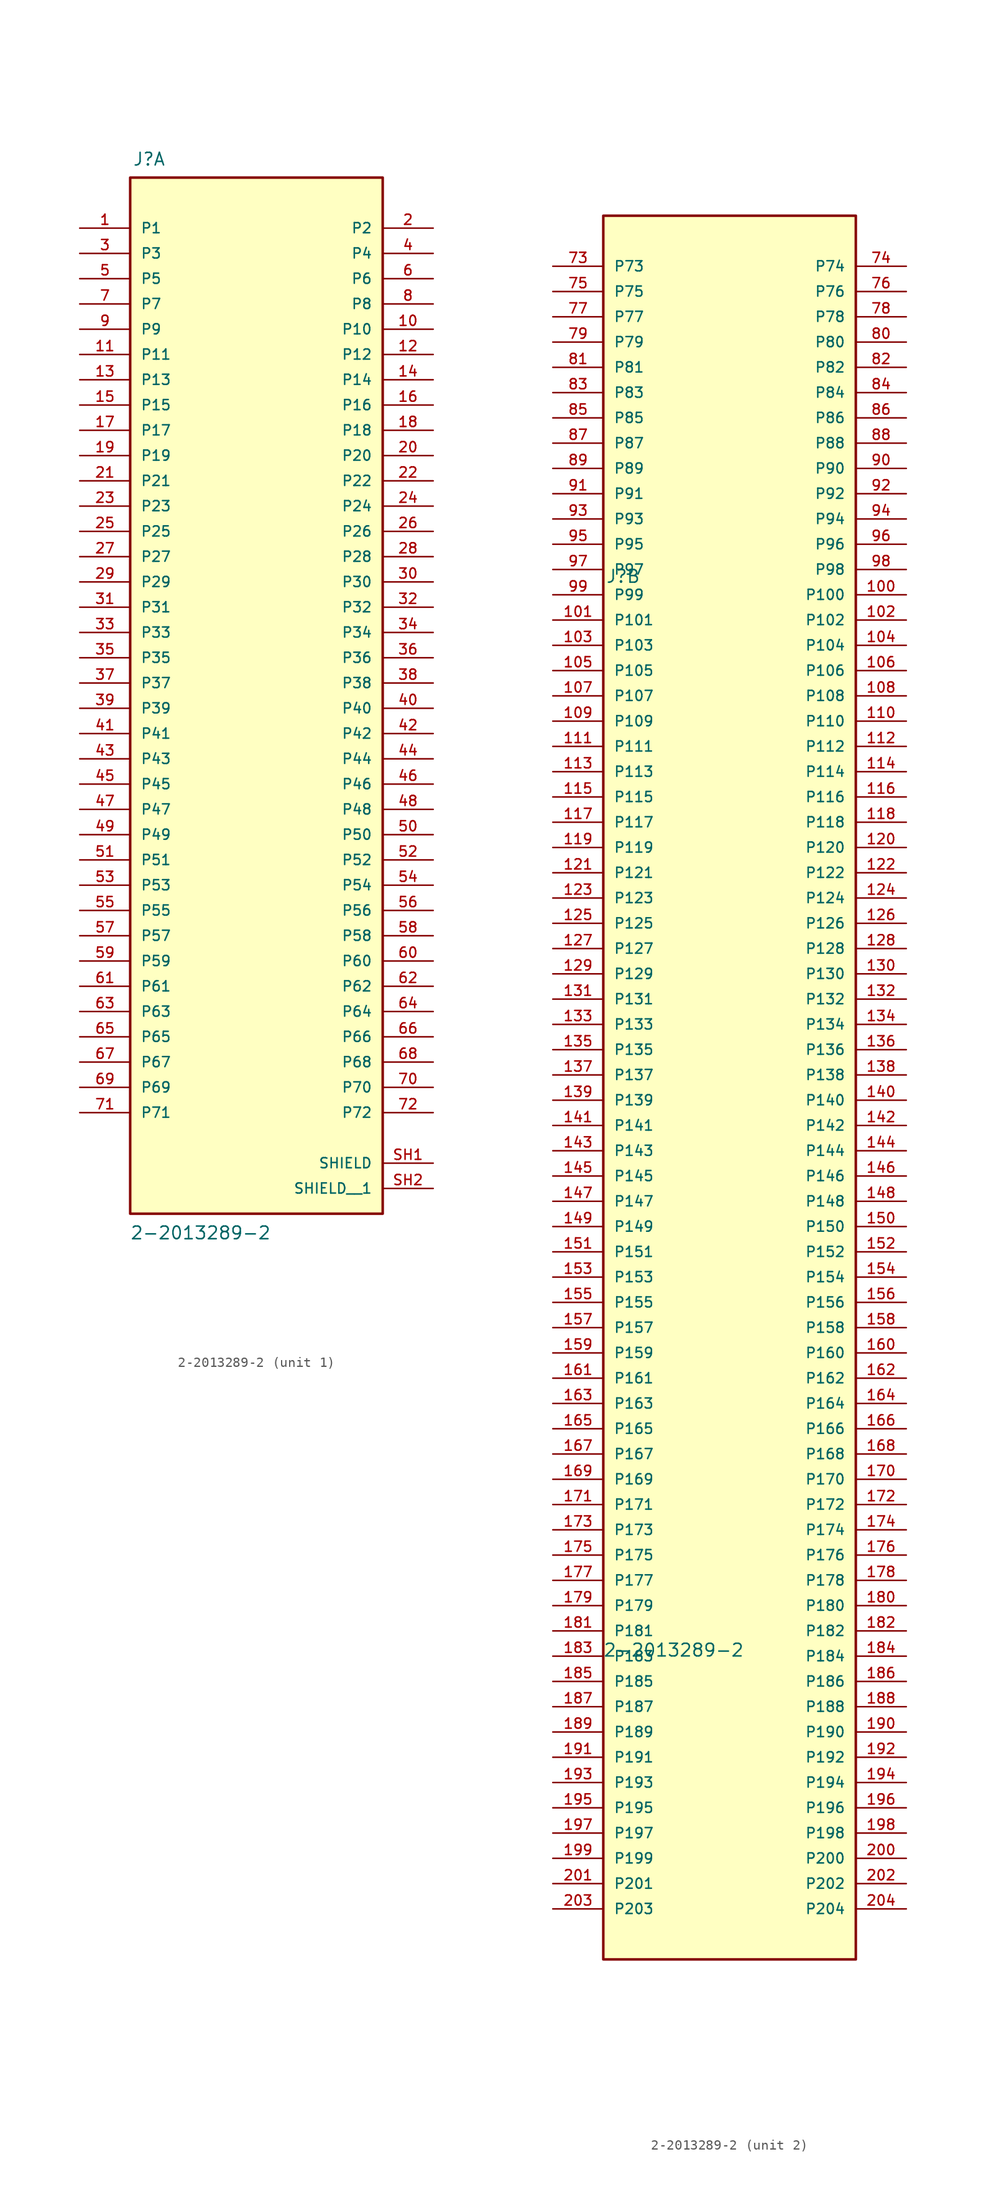
<source format=kicad_sym>
(kicad_symbol_lib
  (version 20211014)
  (generator kicad_symbol_editor)
  (symbol "2-2013289-2"
    (pin_names
      (offset 1.016))
    (property "Reference" "J"
      (at -12.468 51.906 0)
      (effects (font (size 1.27 1.27)) (justify bottom left)))
    (property "Value" "2-2013289-2"
      (at -12.732 -56.015 0)
      (effects (font (size 1.27 1.27)) (justify bottom left)))
    (symbol "2-2013289-2_1_0"
      (rectangle (start -12.7 -53.34) (end 12.7 50.8) (stroke (width 0.254)) (fill (type background)))
      (pin passive line (at -17.78 45.72 0) (length 5.08) (name "P1" (effects (font (size 1.016 1.016)))) (number "1" (effects (font (size 1.016 1.016)))))
      (pin passive line (at 17.78 45.72 180.0) (length 5.08) (name "P2" (effects (font (size 1.016 1.016)))) (number "2" (effects (font (size 1.016 1.016)))))
      (pin passive line (at -17.78 43.18 0) (length 5.08) (name "P3" (effects (font (size 1.016 1.016)))) (number "3" (effects (font (size 1.016 1.016)))))
      (pin passive line (at 17.78 43.18 180.0) (length 5.08) (name "P4" (effects (font (size 1.016 1.016)))) (number "4" (effects (font (size 1.016 1.016)))))
      (pin passive line (at -17.78 40.64 0) (length 5.08) (name "P5" (effects (font (size 1.016 1.016)))) (number "5" (effects (font (size 1.016 1.016)))))
      (pin passive line (at 17.78 40.64 180.0) (length 5.08) (name "P6" (effects (font (size 1.016 1.016)))) (number "6" (effects (font (size 1.016 1.016)))))
      (pin passive line (at -17.78 38.1 0) (length 5.08) (name "P7" (effects (font (size 1.016 1.016)))) (number "7" (effects (font (size 1.016 1.016)))))
      (pin passive line (at 17.78 38.1 180.0) (length 5.08) (name "P8" (effects (font (size 1.016 1.016)))) (number "8" (effects (font (size 1.016 1.016)))))
      (pin passive line (at -17.78 35.56 0) (length 5.08) (name "P9" (effects (font (size 1.016 1.016)))) (number "9" (effects (font (size 1.016 1.016)))))
      (pin passive line (at 17.78 35.56 180.0) (length 5.08) (name "P10" (effects (font (size 1.016 1.016)))) (number "10" (effects (font (size 1.016 1.016)))))
      (pin passive line (at -17.78 33.02 0) (length 5.08) (name "P11" (effects (font (size 1.016 1.016)))) (number "11" (effects (font (size 1.016 1.016)))))
      (pin passive line (at 17.78 33.02 180.0) (length 5.08) (name "P12" (effects (font (size 1.016 1.016)))) (number "12" (effects (font (size 1.016 1.016)))))
      (pin passive line (at -17.78 30.48 0) (length 5.08) (name "P13" (effects (font (size 1.016 1.016)))) (number "13" (effects (font (size 1.016 1.016)))))
      (pin passive line (at 17.78 30.48 180.0) (length 5.08) (name "P14" (effects (font (size 1.016 1.016)))) (number "14" (effects (font (size 1.016 1.016)))))
      (pin passive line (at -17.78 27.94 0) (length 5.08) (name "P15" (effects (font (size 1.016 1.016)))) (number "15" (effects (font (size 1.016 1.016)))))
      (pin passive line (at 17.78 27.94 180.0) (length 5.08) (name "P16" (effects (font (size 1.016 1.016)))) (number "16" (effects (font (size 1.016 1.016)))))
      (pin passive line (at -17.78 25.4 0) (length 5.08) (name "P17" (effects (font (size 1.016 1.016)))) (number "17" (effects (font (size 1.016 1.016)))))
      (pin passive line (at 17.78 25.4 180.0) (length 5.08) (name "P18" (effects (font (size 1.016 1.016)))) (number "18" (effects (font (size 1.016 1.016)))))
      (pin passive line (at -17.78 22.86 0) (length 5.08) (name "P19" (effects (font (size 1.016 1.016)))) (number "19" (effects (font (size 1.016 1.016)))))
      (pin passive line (at 17.78 22.86 180.0) (length 5.08) (name "P20" (effects (font (size 1.016 1.016)))) (number "20" (effects (font (size 1.016 1.016)))))
      (pin passive line (at -17.78 20.32 0) (length 5.08) (name "P21" (effects (font (size 1.016 1.016)))) (number "21" (effects (font (size 1.016 1.016)))))
      (pin passive line (at 17.78 20.32 180.0) (length 5.08) (name "P22" (effects (font (size 1.016 1.016)))) (number "22" (effects (font (size 1.016 1.016)))))
      (pin passive line (at -17.78 17.78 0) (length 5.08) (name "P23" (effects (font (size 1.016 1.016)))) (number "23" (effects (font (size 1.016 1.016)))))
      (pin passive line (at 17.78 17.78 180.0) (length 5.08) (name "P24" (effects (font (size 1.016 1.016)))) (number "24" (effects (font (size 1.016 1.016)))))
      (pin passive line (at -17.78 15.24 0) (length 5.08) (name "P25" (effects (font (size 1.016 1.016)))) (number "25" (effects (font (size 1.016 1.016)))))
      (pin passive line (at 17.78 15.24 180.0) (length 5.08) (name "P26" (effects (font (size 1.016 1.016)))) (number "26" (effects (font (size 1.016 1.016)))))
      (pin passive line (at -17.78 12.7 0) (length 5.08) (name "P27" (effects (font (size 1.016 1.016)))) (number "27" (effects (font (size 1.016 1.016)))))
      (pin passive line (at 17.78 12.7 180.0) (length 5.08) (name "P28" (effects (font (size 1.016 1.016)))) (number "28" (effects (font (size 1.016 1.016)))))
      (pin passive line (at -17.78 10.16 0) (length 5.08) (name "P29" (effects (font (size 1.016 1.016)))) (number "29" (effects (font (size 1.016 1.016)))))
      (pin passive line (at 17.78 10.16 180.0) (length 5.08) (name "P30" (effects (font (size 1.016 1.016)))) (number "30" (effects (font (size 1.016 1.016)))))
      (pin passive line (at -17.78 7.62 0) (length 5.08) (name "P31" (effects (font (size 1.016 1.016)))) (number "31" (effects (font (size 1.016 1.016)))))
      (pin passive line (at 17.78 7.62 180.0) (length 5.08) (name "P32" (effects (font (size 1.016 1.016)))) (number "32" (effects (font (size 1.016 1.016)))))
      (pin passive line (at -17.78 5.08 0) (length 5.08) (name "P33" (effects (font (size 1.016 1.016)))) (number "33" (effects (font (size 1.016 1.016)))))
      (pin passive line (at 17.78 5.08 180.0) (length 5.08) (name "P34" (effects (font (size 1.016 1.016)))) (number "34" (effects (font (size 1.016 1.016)))))
      (pin passive line (at -17.78 2.54 0) (length 5.08) (name "P35" (effects (font (size 1.016 1.016)))) (number "35" (effects (font (size 1.016 1.016)))))
      (pin passive line (at 17.78 2.54 180.0) (length 5.08) (name "P36" (effects (font (size 1.016 1.016)))) (number "36" (effects (font (size 1.016 1.016)))))
      (pin passive line (at -17.78 0.0 0) (length 5.08) (name "P37" (effects (font (size 1.016 1.016)))) (number "37" (effects (font (size 1.016 1.016)))))
      (pin passive line (at 17.78 0.0 180.0) (length 5.08) (name "P38" (effects (font (size 1.016 1.016)))) (number "38" (effects (font (size 1.016 1.016)))))
      (pin passive line (at -17.78 -2.54 0) (length 5.08) (name "P39" (effects (font (size 1.016 1.016)))) (number "39" (effects (font (size 1.016 1.016)))))
      (pin passive line (at 17.78 -2.54 180.0) (length 5.08) (name "P40" (effects (font (size 1.016 1.016)))) (number "40" (effects (font (size 1.016 1.016)))))
      (pin passive line (at -17.78 -5.08 0) (length 5.08) (name "P41" (effects (font (size 1.016 1.016)))) (number "41" (effects (font (size 1.016 1.016)))))
      (pin passive line (at 17.78 -5.08 180.0) (length 5.08) (name "P42" (effects (font (size 1.016 1.016)))) (number "42" (effects (font (size 1.016 1.016)))))
      (pin passive line (at -17.78 -7.62 0) (length 5.08) (name "P43" (effects (font (size 1.016 1.016)))) (number "43" (effects (font (size 1.016 1.016)))))
      (pin passive line (at 17.78 -7.62 180.0) (length 5.08) (name "P44" (effects (font (size 1.016 1.016)))) (number "44" (effects (font (size 1.016 1.016)))))
      (pin passive line (at -17.78 -10.16 0) (length 5.08) (name "P45" (effects (font (size 1.016 1.016)))) (number "45" (effects (font (size 1.016 1.016)))))
      (pin passive line (at 17.78 -10.16 180.0) (length 5.08) (name "P46" (effects (font (size 1.016 1.016)))) (number "46" (effects (font (size 1.016 1.016)))))
      (pin passive line (at -17.78 -12.7 0) (length 5.08) (name "P47" (effects (font (size 1.016 1.016)))) (number "47" (effects (font (size 1.016 1.016)))))
      (pin passive line (at 17.78 -12.7 180.0) (length 5.08) (name "P48" (effects (font (size 1.016 1.016)))) (number "48" (effects (font (size 1.016 1.016)))))
      (pin passive line (at -17.78 -15.24 0) (length 5.08) (name "P49" (effects (font (size 1.016 1.016)))) (number "49" (effects (font (size 1.016 1.016)))))
      (pin passive line (at 17.78 -15.24 180.0) (length 5.08) (name "P50" (effects (font (size 1.016 1.016)))) (number "50" (effects (font (size 1.016 1.016)))))
      (pin passive line (at -17.78 -17.78 0) (length 5.08) (name "P51" (effects (font (size 1.016 1.016)))) (number "51" (effects (font (size 1.016 1.016)))))
      (pin passive line (at 17.78 -17.78 180.0) (length 5.08) (name "P52" (effects (font (size 1.016 1.016)))) (number "52" (effects (font (size 1.016 1.016)))))
      (pin passive line (at -17.78 -20.32 0) (length 5.08) (name "P53" (effects (font (size 1.016 1.016)))) (number "53" (effects (font (size 1.016 1.016)))))
      (pin passive line (at 17.78 -20.32 180.0) (length 5.08) (name "P54" (effects (font (size 1.016 1.016)))) (number "54" (effects (font (size 1.016 1.016)))))
      (pin passive line (at -17.78 -22.86 0) (length 5.08) (name "P55" (effects (font (size 1.016 1.016)))) (number "55" (effects (font (size 1.016 1.016)))))
      (pin passive line (at 17.78 -22.86 180.0) (length 5.08) (name "P56" (effects (font (size 1.016 1.016)))) (number "56" (effects (font (size 1.016 1.016)))))
      (pin passive line (at -17.78 -25.4 0) (length 5.08) (name "P57" (effects (font (size 1.016 1.016)))) (number "57" (effects (font (size 1.016 1.016)))))
      (pin passive line (at 17.78 -25.4 180.0) (length 5.08) (name "P58" (effects (font (size 1.016 1.016)))) (number "58" (effects (font (size 1.016 1.016)))))
      (pin passive line (at -17.78 -27.94 0) (length 5.08) (name "P59" (effects (font (size 1.016 1.016)))) (number "59" (effects (font (size 1.016 1.016)))))
      (pin passive line (at 17.78 -27.94 180.0) (length 5.08) (name "P60" (effects (font (size 1.016 1.016)))) (number "60" (effects (font (size 1.016 1.016)))))
      (pin passive line (at -17.78 -30.48 0) (length 5.08) (name "P61" (effects (font (size 1.016 1.016)))) (number "61" (effects (font (size 1.016 1.016)))))
      (pin passive line (at 17.78 -30.48 180.0) (length 5.08) (name "P62" (effects (font (size 1.016 1.016)))) (number "62" (effects (font (size 1.016 1.016)))))
      (pin passive line (at -17.78 -33.02 0) (length 5.08) (name "P63" (effects (font (size 1.016 1.016)))) (number "63" (effects (font (size 1.016 1.016)))))
      (pin passive line (at 17.78 -33.02 180.0) (length 5.08) (name "P64" (effects (font (size 1.016 1.016)))) (number "64" (effects (font (size 1.016 1.016)))))
      (pin passive line (at -17.78 -35.56 0) (length 5.08) (name "P65" (effects (font (size 1.016 1.016)))) (number "65" (effects (font (size 1.016 1.016)))))
      (pin passive line (at 17.78 -35.56 180.0) (length 5.08) (name "P66" (effects (font (size 1.016 1.016)))) (number "66" (effects (font (size 1.016 1.016)))))
      (pin passive line (at -17.78 -38.1 0) (length 5.08) (name "P67" (effects (font (size 1.016 1.016)))) (number "67" (effects (font (size 1.016 1.016)))))
      (pin passive line (at 17.78 -38.1 180.0) (length 5.08) (name "P68" (effects (font (size 1.016 1.016)))) (number "68" (effects (font (size 1.016 1.016)))))
      (pin passive line (at -17.78 -40.64 0) (length 5.08) (name "P69" (effects (font (size 1.016 1.016)))) (number "69" (effects (font (size 1.016 1.016)))))
      (pin passive line (at 17.78 -40.64 180.0) (length 5.08) (name "P70" (effects (font (size 1.016 1.016)))) (number "70" (effects (font (size 1.016 1.016)))))
      (pin passive line (at -17.78 -43.18 0) (length 5.08) (name "P71" (effects (font (size 1.016 1.016)))) (number "71" (effects (font (size 1.016 1.016)))))
      (pin passive line (at 17.78 -43.18 180.0) (length 5.08) (name "P72" (effects (font (size 1.016 1.016)))) (number "72" (effects (font (size 1.016 1.016)))))
      (pin passive line (at 17.78 -48.26 180.0) (length 5.08) (name "SHIELD" (effects (font (size 1.016 1.016)))) (number "SH1" (effects (font (size 1.016 1.016)))))
      (pin passive line (at 17.78 -50.8 180.0) (length 5.08) (name "SHIELD__1" (effects (font (size 1.016 1.016)))) (number "SH2" (effects (font (size 1.016 1.016))))))
    (symbol "2-2013289-2_2_0"
      (rectangle (start -12.7 -86.36) (end 12.7 88.9) (stroke (width 0.254)) (fill (type background)))
      (pin passive line (at -17.78 83.82 0) (length 5.08) (name "P73" (effects (font (size 1.016 1.016)))) (number "73" (effects (font (size 1.016 1.016)))))
      (pin passive line (at -17.78 81.28 0) (length 5.08) (name "P75" (effects (font (size 1.016 1.016)))) (number "75" (effects (font (size 1.016 1.016)))))
      (pin passive line (at -17.78 78.74 0) (length 5.08) (name "P77" (effects (font (size 1.016 1.016)))) (number "77" (effects (font (size 1.016 1.016)))))
      (pin passive line (at -17.78 76.2 0) (length 5.08) (name "P79" (effects (font (size 1.016 1.016)))) (number "79" (effects (font (size 1.016 1.016)))))
      (pin passive line (at -17.78 73.66 0) (length 5.08) (name "P81" (effects (font (size 1.016 1.016)))) (number "81" (effects (font (size 1.016 1.016)))))
      (pin passive line (at -17.78 71.12 0) (length 5.08) (name "P83" (effects (font (size 1.016 1.016)))) (number "83" (effects (font (size 1.016 1.016)))))
      (pin passive line (at -17.78 68.58 0) (length 5.08) (name "P85" (effects (font (size 1.016 1.016)))) (number "85" (effects (font (size 1.016 1.016)))))
      (pin passive line (at -17.78 66.04 0) (length 5.08) (name "P87" (effects (font (size 1.016 1.016)))) (number "87" (effects (font (size 1.016 1.016)))))
      (pin passive line (at -17.78 63.5 0) (length 5.08) (name "P89" (effects (font (size 1.016 1.016)))) (number "89" (effects (font (size 1.016 1.016)))))
      (pin passive line (at -17.78 60.96 0) (length 5.08) (name "P91" (effects (font (size 1.016 1.016)))) (number "91" (effects (font (size 1.016 1.016)))))
      (pin passive line (at -17.78 58.42 0) (length 5.08) (name "P93" (effects (font (size 1.016 1.016)))) (number "93" (effects (font (size 1.016 1.016)))))
      (pin passive line (at -17.78 55.88 0) (length 5.08) (name "P95" (effects (font (size 1.016 1.016)))) (number "95" (effects (font (size 1.016 1.016)))))
      (pin passive line (at -17.78 53.34 0) (length 5.08) (name "P97" (effects (font (size 1.016 1.016)))) (number "97" (effects (font (size 1.016 1.016)))))
      (pin passive line (at -17.78 50.8 0) (length 5.08) (name "P99" (effects (font (size 1.016 1.016)))) (number "99" (effects (font (size 1.016 1.016)))))
      (pin passive line (at -17.78 48.26 0) (length 5.08) (name "P101" (effects (font (size 1.016 1.016)))) (number "101" (effects (font (size 1.016 1.016)))))
      (pin passive line (at -17.78 45.72 0) (length 5.08) (name "P103" (effects (font (size 1.016 1.016)))) (number "103" (effects (font (size 1.016 1.016)))))
      (pin passive line (at -17.78 43.18 0) (length 5.08) (name "P105" (effects (font (size 1.016 1.016)))) (number "105" (effects (font (size 1.016 1.016)))))
      (pin passive line (at -17.78 40.64 0) (length 5.08) (name "P107" (effects (font (size 1.016 1.016)))) (number "107" (effects (font (size 1.016 1.016)))))
      (pin passive line (at -17.78 38.1 0) (length 5.08) (name "P109" (effects (font (size 1.016 1.016)))) (number "109" (effects (font (size 1.016 1.016)))))
      (pin passive line (at -17.78 35.56 0) (length 5.08) (name "P111" (effects (font (size 1.016 1.016)))) (number "111" (effects (font (size 1.016 1.016)))))
      (pin passive line (at -17.78 33.02 0) (length 5.08) (name "P113" (effects (font (size 1.016 1.016)))) (number "113" (effects (font (size 1.016 1.016)))))
      (pin passive line (at -17.78 30.48 0) (length 5.08) (name "P115" (effects (font (size 1.016 1.016)))) (number "115" (effects (font (size 1.016 1.016)))))
      (pin passive line (at -17.78 27.94 0) (length 5.08) (name "P117" (effects (font (size 1.016 1.016)))) (number "117" (effects (font (size 1.016 1.016)))))
      (pin passive line (at -17.78 25.4 0) (length 5.08) (name "P119" (effects (font (size 1.016 1.016)))) (number "119" (effects (font (size 1.016 1.016)))))
      (pin passive line (at -17.78 22.86 0) (length 5.08) (name "P121" (effects (font (size 1.016 1.016)))) (number "121" (effects (font (size 1.016 1.016)))))
      (pin passive line (at -17.78 20.32 0) (length 5.08) (name "P123" (effects (font (size 1.016 1.016)))) (number "123" (effects (font (size 1.016 1.016)))))
      (pin passive line (at -17.78 17.78 0) (length 5.08) (name "P125" (effects (font (size 1.016 1.016)))) (number "125" (effects (font (size 1.016 1.016)))))
      (pin passive line (at -17.78 15.24 0) (length 5.08) (name "P127" (effects (font (size 1.016 1.016)))) (number "127" (effects (font (size 1.016 1.016)))))
      (pin passive line (at -17.78 12.7 0) (length 5.08) (name "P129" (effects (font (size 1.016 1.016)))) (number "129" (effects (font (size 1.016 1.016)))))
      (pin passive line (at -17.78 10.16 0) (length 5.08) (name "P131" (effects (font (size 1.016 1.016)))) (number "131" (effects (font (size 1.016 1.016)))))
      (pin passive line (at -17.78 7.62 0) (length 5.08) (name "P133" (effects (font (size 1.016 1.016)))) (number "133" (effects (font (size 1.016 1.016)))))
      (pin passive line (at -17.78 5.08 0) (length 5.08) (name "P135" (effects (font (size 1.016 1.016)))) (number "135" (effects (font (size 1.016 1.016)))))
      (pin passive line (at -17.78 2.54 0) (length 5.08) (name "P137" (effects (font (size 1.016 1.016)))) (number "137" (effects (font (size 1.016 1.016)))))
      (pin passive line (at -17.78 0.0 0) (length 5.08) (name "P139" (effects (font (size 1.016 1.016)))) (number "139" (effects (font (size 1.016 1.016)))))
      (pin passive line (at -17.78 -2.54 0) (length 5.08) (name "P141" (effects (font (size 1.016 1.016)))) (number "141" (effects (font (size 1.016 1.016)))))
      (pin passive line (at -17.78 -5.08 0) (length 5.08) (name "P143" (effects (font (size 1.016 1.016)))) (number "143" (effects (font (size 1.016 1.016)))))
      (pin passive line (at -17.78 -7.62 0) (length 5.08) (name "P145" (effects (font (size 1.016 1.016)))) (number "145" (effects (font (size 1.016 1.016)))))
      (pin passive line (at -17.78 -10.16 0) (length 5.08) (name "P147" (effects (font (size 1.016 1.016)))) (number "147" (effects (font (size 1.016 1.016)))))
      (pin passive line (at -17.78 -12.7 0) (length 5.08) (name "P149" (effects (font (size 1.016 1.016)))) (number "149" (effects (font (size 1.016 1.016)))))
      (pin passive line (at -17.78 -15.24 0) (length 5.08) (name "P151" (effects (font (size 1.016 1.016)))) (number "151" (effects (font (size 1.016 1.016)))))
      (pin passive line (at -17.78 -17.78 0) (length 5.08) (name "P153" (effects (font (size 1.016 1.016)))) (number "153" (effects (font (size 1.016 1.016)))))
      (pin passive line (at -17.78 -20.32 0) (length 5.08) (name "P155" (effects (font (size 1.016 1.016)))) (number "155" (effects (font (size 1.016 1.016)))))
      (pin passive line (at -17.78 -22.86 0) (length 5.08) (name "P157" (effects (font (size 1.016 1.016)))) (number "157" (effects (font (size 1.016 1.016)))))
      (pin passive line (at -17.78 -25.4 0) (length 5.08) (name "P159" (effects (font (size 1.016 1.016)))) (number "159" (effects (font (size 1.016 1.016)))))
      (pin passive line (at -17.78 -27.94 0) (length 5.08) (name "P161" (effects (font (size 1.016 1.016)))) (number "161" (effects (font (size 1.016 1.016)))))
      (pin passive line (at -17.78 -30.48 0) (length 5.08) (name "P163" (effects (font (size 1.016 1.016)))) (number "163" (effects (font (size 1.016 1.016)))))
      (pin passive line (at -17.78 -33.02 0) (length 5.08) (name "P165" (effects (font (size 1.016 1.016)))) (number "165" (effects (font (size 1.016 1.016)))))
      (pin passive line (at -17.78 -35.56 0) (length 5.08) (name "P167" (effects (font (size 1.016 1.016)))) (number "167" (effects (font (size 1.016 1.016)))))
      (pin passive line (at -17.78 -38.1 0) (length 5.08) (name "P169" (effects (font (size 1.016 1.016)))) (number "169" (effects (font (size 1.016 1.016)))))
      (pin passive line (at -17.78 -40.64 0) (length 5.08) (name "P171" (effects (font (size 1.016 1.016)))) (number "171" (effects (font (size 1.016 1.016)))))
      (pin passive line (at -17.78 -43.18 0) (length 5.08) (name "P173" (effects (font (size 1.016 1.016)))) (number "173" (effects (font (size 1.016 1.016)))))
      (pin passive line (at -17.78 -45.72 0) (length 5.08) (name "P175" (effects (font (size 1.016 1.016)))) (number "175" (effects (font (size 1.016 1.016)))))
      (pin passive line (at -17.78 -48.26 0) (length 5.08) (name "P177" (effects (font (size 1.016 1.016)))) (number "177" (effects (font (size 1.016 1.016)))))
      (pin passive line (at -17.78 -50.8 0) (length 5.08) (name "P179" (effects (font (size 1.016 1.016)))) (number "179" (effects (font (size 1.016 1.016)))))
      (pin passive line (at -17.78 -53.34 0) (length 5.08) (name "P181" (effects (font (size 1.016 1.016)))) (number "181" (effects (font (size 1.016 1.016)))))
      (pin passive line (at -17.78 -55.88 0) (length 5.08) (name "P183" (effects (font (size 1.016 1.016)))) (number "183" (effects (font (size 1.016 1.016)))))
      (pin passive line (at -17.78 -58.42 0) (length 5.08) (name "P185" (effects (font (size 1.016 1.016)))) (number "185" (effects (font (size 1.016 1.016)))))
      (pin passive line (at -17.78 -60.96 0) (length 5.08) (name "P187" (effects (font (size 1.016 1.016)))) (number "187" (effects (font (size 1.016 1.016)))))
      (pin passive line (at -17.78 -63.5 0) (length 5.08) (name "P189" (effects (font (size 1.016 1.016)))) (number "189" (effects (font (size 1.016 1.016)))))
      (pin passive line (at -17.78 -66.04 0) (length 5.08) (name "P191" (effects (font (size 1.016 1.016)))) (number "191" (effects (font (size 1.016 1.016)))))
      (pin passive line (at -17.78 -68.58 0) (length 5.08) (name "P193" (effects (font (size 1.016 1.016)))) (number "193" (effects (font (size 1.016 1.016)))))
      (pin passive line (at -17.78 -71.12 0) (length 5.08) (name "P195" (effects (font (size 1.016 1.016)))) (number "195" (effects (font (size 1.016 1.016)))))
      (pin passive line (at -17.78 -73.66 0) (length 5.08) (name "P197" (effects (font (size 1.016 1.016)))) (number "197" (effects (font (size 1.016 1.016)))))
      (pin passive line (at -17.78 -76.2 0) (length 5.08) (name "P199" (effects (font (size 1.016 1.016)))) (number "199" (effects (font (size 1.016 1.016)))))
      (pin passive line (at -17.78 -78.74 0) (length 5.08) (name "P201" (effects (font (size 1.016 1.016)))) (number "201" (effects (font (size 1.016 1.016)))))
      (pin passive line (at -17.78 -81.28 0) (length 5.08) (name "P203" (effects (font (size 1.016 1.016)))) (number "203" (effects (font (size 1.016 1.016)))))
      (pin passive line (at 17.78 -81.28 180.0) (length 5.08) (name "P204" (effects (font (size 1.016 1.016)))) (number "204" (effects (font (size 1.016 1.016)))))
      (pin passive line (at 17.78 -78.74 180.0) (length 5.08) (name "P202" (effects (font (size 1.016 1.016)))) (number "202" (effects (font (size 1.016 1.016)))))
      (pin passive line (at 17.78 -76.2 180.0) (length 5.08) (name "P200" (effects (font (size 1.016 1.016)))) (number "200" (effects (font (size 1.016 1.016)))))
      (pin passive line (at 17.78 -73.66 180.0) (length 5.08) (name "P198" (effects (font (size 1.016 1.016)))) (number "198" (effects (font (size 1.016 1.016)))))
      (pin passive line (at 17.78 -71.12 180.0) (length 5.08) (name "P196" (effects (font (size 1.016 1.016)))) (number "196" (effects (font (size 1.016 1.016)))))
      (pin passive line (at 17.78 -68.58 180.0) (length 5.08) (name "P194" (effects (font (size 1.016 1.016)))) (number "194" (effects (font (size 1.016 1.016)))))
      (pin passive line (at 17.78 -66.04 180.0) (length 5.08) (name "P192" (effects (font (size 1.016 1.016)))) (number "192" (effects (font (size 1.016 1.016)))))
      (pin passive line (at 17.78 -63.5 180.0) (length 5.08) (name "P190" (effects (font (size 1.016 1.016)))) (number "190" (effects (font (size 1.016 1.016)))))
      (pin passive line (at 17.78 -60.96 180.0) (length 5.08) (name "P188" (effects (font (size 1.016 1.016)))) (number "188" (effects (font (size 1.016 1.016)))))
      (pin passive line (at 17.78 -58.42 180.0) (length 5.08) (name "P186" (effects (font (size 1.016 1.016)))) (number "186" (effects (font (size 1.016 1.016)))))
      (pin passive line (at 17.78 -55.88 180.0) (length 5.08) (name "P184" (effects (font (size 1.016 1.016)))) (number "184" (effects (font (size 1.016 1.016)))))
      (pin passive line (at 17.78 -53.34 180.0) (length 5.08) (name "P182" (effects (font (size 1.016 1.016)))) (number "182" (effects (font (size 1.016 1.016)))))
      (pin passive line (at 17.78 -50.8 180.0) (length 5.08) (name "P180" (effects (font (size 1.016 1.016)))) (number "180" (effects (font (size 1.016 1.016)))))
      (pin passive line (at 17.78 -48.26 180.0) (length 5.08) (name "P178" (effects (font (size 1.016 1.016)))) (number "178" (effects (font (size 1.016 1.016)))))
      (pin passive line (at 17.78 -45.72 180.0) (length 5.08) (name "P176" (effects (font (size 1.016 1.016)))) (number "176" (effects (font (size 1.016 1.016)))))
      (pin passive line (at 17.78 -43.18 180.0) (length 5.08) (name "P174" (effects (font (size 1.016 1.016)))) (number "174" (effects (font (size 1.016 1.016)))))
      (pin passive line (at 17.78 -40.64 180.0) (length 5.08) (name "P172" (effects (font (size 1.016 1.016)))) (number "172" (effects (font (size 1.016 1.016)))))
      (pin passive line (at 17.78 -38.1 180.0) (length 5.08) (name "P170" (effects (font (size 1.016 1.016)))) (number "170" (effects (font (size 1.016 1.016)))))
      (pin passive line (at 17.78 -35.56 180.0) (length 5.08) (name "P168" (effects (font (size 1.016 1.016)))) (number "168" (effects (font (size 1.016 1.016)))))
      (pin passive line (at 17.78 -33.02 180.0) (length 5.08) (name "P166" (effects (font (size 1.016 1.016)))) (number "166" (effects (font (size 1.016 1.016)))))
      (pin passive line (at 17.78 -30.48 180.0) (length 5.08) (name "P164" (effects (font (size 1.016 1.016)))) (number "164" (effects (font (size 1.016 1.016)))))
      (pin passive line (at 17.78 -27.94 180.0) (length 5.08) (name "P162" (effects (font (size 1.016 1.016)))) (number "162" (effects (font (size 1.016 1.016)))))
      (pin passive line (at 17.78 -25.4 180.0) (length 5.08) (name "P160" (effects (font (size 1.016 1.016)))) (number "160" (effects (font (size 1.016 1.016)))))
      (pin passive line (at 17.78 -22.86 180.0) (length 5.08) (name "P158" (effects (font (size 1.016 1.016)))) (number "158" (effects (font (size 1.016 1.016)))))
      (pin passive line (at 17.78 -20.32 180.0) (length 5.08) (name "P156" (effects (font (size 1.016 1.016)))) (number "156" (effects (font (size 1.016 1.016)))))
      (pin passive line (at 17.78 -17.78 180.0) (length 5.08) (name "P154" (effects (font (size 1.016 1.016)))) (number "154" (effects (font (size 1.016 1.016)))))
      (pin passive line (at 17.78 -15.24 180.0) (length 5.08) (name "P152" (effects (font (size 1.016 1.016)))) (number "152" (effects (font (size 1.016 1.016)))))
      (pin passive line (at 17.78 -12.7 180.0) (length 5.08) (name "P150" (effects (font (size 1.016 1.016)))) (number "150" (effects (font (size 1.016 1.016)))))
      (pin passive line (at 17.78 -10.16 180.0) (length 5.08) (name "P148" (effects (font (size 1.016 1.016)))) (number "148" (effects (font (size 1.016 1.016)))))
      (pin passive line (at 17.78 -7.62 180.0) (length 5.08) (name "P146" (effects (font (size 1.016 1.016)))) (number "146" (effects (font (size 1.016 1.016)))))
      (pin passive line (at 17.78 -5.08 180.0) (length 5.08) (name "P144" (effects (font (size 1.016 1.016)))) (number "144" (effects (font (size 1.016 1.016)))))
      (pin passive line (at 17.78 -2.54 180.0) (length 5.08) (name "P142" (effects (font (size 1.016 1.016)))) (number "142" (effects (font (size 1.016 1.016)))))
      (pin passive line (at 17.78 0.0 180.0) (length 5.08) (name "P140" (effects (font (size 1.016 1.016)))) (number "140" (effects (font (size 1.016 1.016)))))
      (pin passive line (at 17.78 2.54 180.0) (length 5.08) (name "P138" (effects (font (size 1.016 1.016)))) (number "138" (effects (font (size 1.016 1.016)))))
      (pin passive line (at 17.78 5.08 180.0) (length 5.08) (name "P136" (effects (font (size 1.016 1.016)))) (number "136" (effects (font (size 1.016 1.016)))))
      (pin passive line (at 17.78 7.62 180.0) (length 5.08) (name "P134" (effects (font (size 1.016 1.016)))) (number "134" (effects (font (size 1.016 1.016)))))
      (pin passive line (at 17.78 10.16 180.0) (length 5.08) (name "P132" (effects (font (size 1.016 1.016)))) (number "132" (effects (font (size 1.016 1.016)))))
      (pin passive line (at 17.78 12.7 180.0) (length 5.08) (name "P130" (effects (font (size 1.016 1.016)))) (number "130" (effects (font (size 1.016 1.016)))))
      (pin passive line (at 17.78 15.24 180.0) (length 5.08) (name "P128" (effects (font (size 1.016 1.016)))) (number "128" (effects (font (size 1.016 1.016)))))
      (pin passive line (at 17.78 17.78 180.0) (length 5.08) (name "P126" (effects (font (size 1.016 1.016)))) (number "126" (effects (font (size 1.016 1.016)))))
      (pin passive line (at 17.78 20.32 180.0) (length 5.08) (name "P124" (effects (font (size 1.016 1.016)))) (number "124" (effects (font (size 1.016 1.016)))))
      (pin passive line (at 17.78 22.86 180.0) (length 5.08) (name "P122" (effects (font (size 1.016 1.016)))) (number "122" (effects (font (size 1.016 1.016)))))
      (pin passive line (at 17.78 25.4 180.0) (length 5.08) (name "P120" (effects (font (size 1.016 1.016)))) (number "120" (effects (font (size 1.016 1.016)))))
      (pin passive line (at 17.78 27.94 180.0) (length 5.08) (name "P118" (effects (font (size 1.016 1.016)))) (number "118" (effects (font (size 1.016 1.016)))))
      (pin passive line (at 17.78 30.48 180.0) (length 5.08) (name "P116" (effects (font (size 1.016 1.016)))) (number "116" (effects (font (size 1.016 1.016)))))
      (pin passive line (at 17.78 33.02 180.0) (length 5.08) (name "P114" (effects (font (size 1.016 1.016)))) (number "114" (effects (font (size 1.016 1.016)))))
      (pin passive line (at 17.78 35.56 180.0) (length 5.08) (name "P112" (effects (font (size 1.016 1.016)))) (number "112" (effects (font (size 1.016 1.016)))))
      (pin passive line (at 17.78 38.1 180.0) (length 5.08) (name "P110" (effects (font (size 1.016 1.016)))) (number "110" (effects (font (size 1.016 1.016)))))
      (pin passive line (at 17.78 40.64 180.0) (length 5.08) (name "P108" (effects (font (size 1.016 1.016)))) (number "108" (effects (font (size 1.016 1.016)))))
      (pin passive line (at 17.78 43.18 180.0) (length 5.08) (name "P106" (effects (font (size 1.016 1.016)))) (number "106" (effects (font (size 1.016 1.016)))))
      (pin passive line (at 17.78 45.72 180.0) (length 5.08) (name "P104" (effects (font (size 1.016 1.016)))) (number "104" (effects (font (size 1.016 1.016)))))
      (pin passive line (at 17.78 48.26 180.0) (length 5.08) (name "P102" (effects (font (size 1.016 1.016)))) (number "102" (effects (font (size 1.016 1.016)))))
      (pin passive line (at 17.78 50.8 180.0) (length 5.08) (name "P100" (effects (font (size 1.016 1.016)))) (number "100" (effects (font (size 1.016 1.016)))))
      (pin passive line (at 17.78 53.34 180.0) (length 5.08) (name "P98" (effects (font (size 1.016 1.016)))) (number "98" (effects (font (size 1.016 1.016)))))
      (pin passive line (at 17.78 55.88 180.0) (length 5.08) (name "P96" (effects (font (size 1.016 1.016)))) (number "96" (effects (font (size 1.016 1.016)))))
      (pin passive line (at 17.78 58.42 180.0) (length 5.08) (name "P94" (effects (font (size 1.016 1.016)))) (number "94" (effects (font (size 1.016 1.016)))))
      (pin passive line (at 17.78 60.96 180.0) (length 5.08) (name "P92" (effects (font (size 1.016 1.016)))) (number "92" (effects (font (size 1.016 1.016)))))
      (pin passive line (at 17.78 63.5 180.0) (length 5.08) (name "P90" (effects (font (size 1.016 1.016)))) (number "90" (effects (font (size 1.016 1.016)))))
      (pin passive line (at 17.78 66.04 180.0) (length 5.08) (name "P88" (effects (font (size 1.016 1.016)))) (number "88" (effects (font (size 1.016 1.016)))))
      (pin passive line (at 17.78 68.58 180.0) (length 5.08) (name "P86" (effects (font (size 1.016 1.016)))) (number "86" (effects (font (size 1.016 1.016)))))
      (pin passive line (at 17.78 71.12 180.0) (length 5.08) (name "P84" (effects (font (size 1.016 1.016)))) (number "84" (effects (font (size 1.016 1.016)))))
      (pin passive line (at 17.78 73.66 180.0) (length 5.08) (name "P82" (effects (font (size 1.016 1.016)))) (number "82" (effects (font (size 1.016 1.016)))))
      (pin passive line (at 17.78 76.2 180.0) (length 5.08) (name "P80" (effects (font (size 1.016 1.016)))) (number "80" (effects (font (size 1.016 1.016)))))
      (pin passive line (at 17.78 78.74 180.0) (length 5.08) (name "P78" (effects (font (size 1.016 1.016)))) (number "78" (effects (font (size 1.016 1.016)))))
      (pin passive line (at 17.78 81.28 180.0) (length 5.08) (name "P76" (effects (font (size 1.016 1.016)))) (number "76" (effects (font (size 1.016 1.016)))))
      (pin passive line (at 17.78 83.82 180.0) (length 5.08) (name "P74" (effects (font (size 1.016 1.016)))) (number "74" (effects (font (size 1.016 1.016))))))))
</source>
